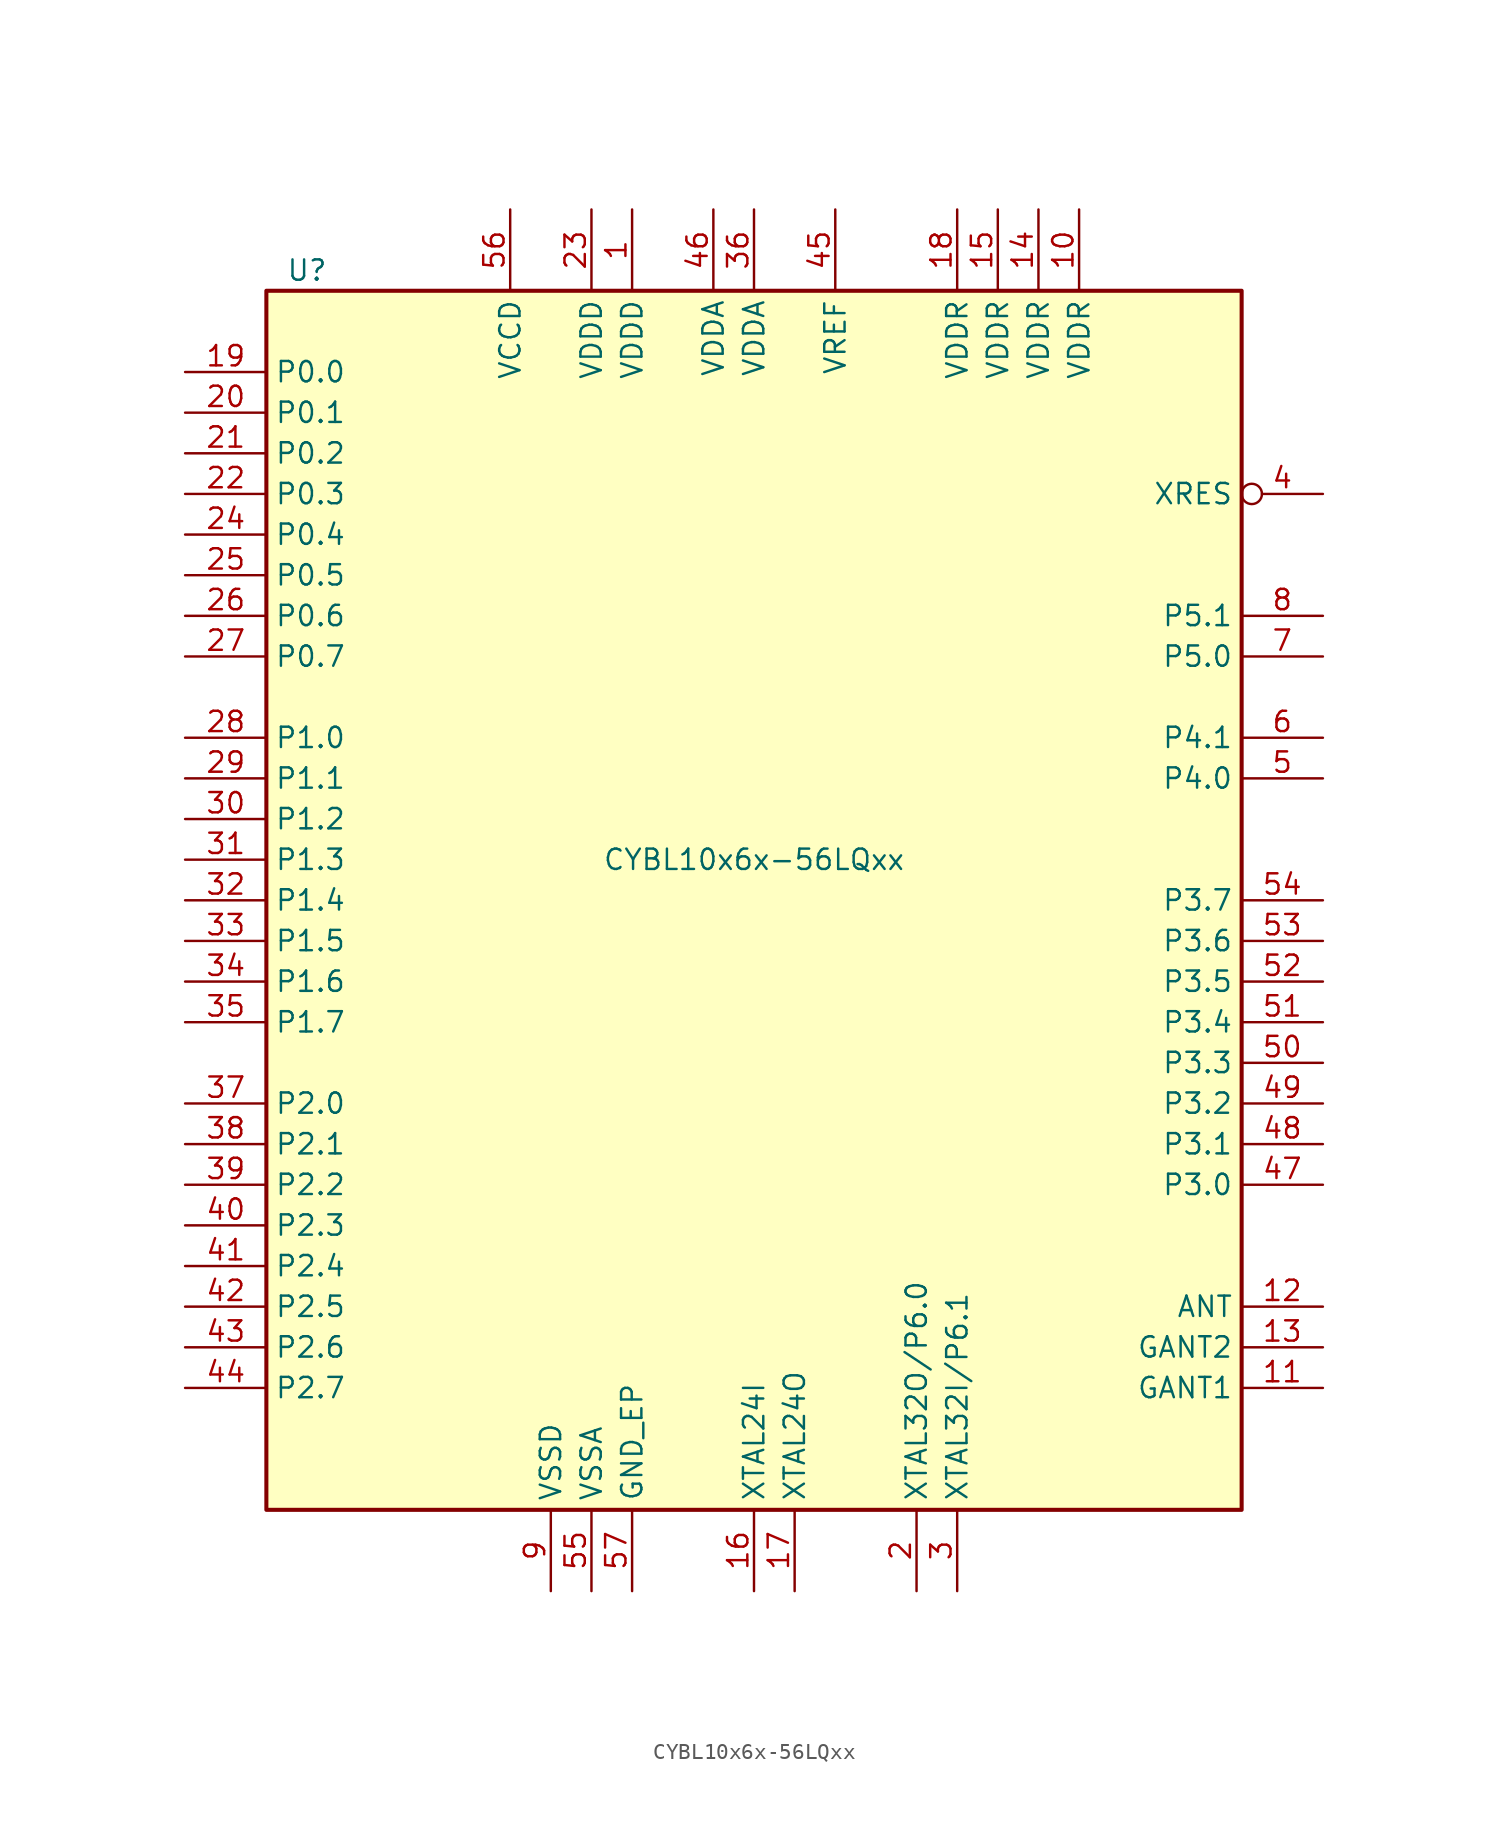
<source format=kicad_sym>
(kicad_symbol_lib
  (version 20241209)
  (generator "kicad_symbol_editor")
  (generator_version "9.0")
  (symbol "CYBL10x6x-56LQxx"
    (property "Reference" "U"
      (at -27.94 39.37 0)
      (effects (font (size 1.27 1.27))))
    (property "Value" "CYBL10x6x-56LQxx"
      (at 0 2.54 0)
      (effects (font (size 1.27 1.27))))
    (symbol "CYBL10x6x-56LQxx_1_0"
      (rectangle (start -30.48 -38.1) (end 30.48 38.1) (stroke (width 0.254) (type default)) (fill (type background))))
    (symbol "CYBL10x6x-56LQxx_1_1"
      (pin bidirectional line (at -35.56 33.02 0) (length 5.08) (name "P0.0" (effects (font (size 1.27 1.27)))) (number "19" (effects (font (size 1.27 1.27)))))
      (pin bidirectional line (at -35.56 30.48 0) (length 5.08) (name "P0.1" (effects (font (size 1.27 1.27)))) (number "20" (effects (font (size 1.27 1.27)))))
      (pin bidirectional line (at -35.56 27.94 0) (length 5.08) (name "P0.2" (effects (font (size 1.27 1.27)))) (number "21" (effects (font (size 1.27 1.27)))))
      (pin bidirectional line (at -35.56 25.4 0) (length 5.08) (name "P0.3" (effects (font (size 1.27 1.27)))) (number "22" (effects (font (size 1.27 1.27)))))
      (pin bidirectional line (at -35.56 22.86 0) (length 5.08) (name "P0.4" (effects (font (size 1.27 1.27)))) (number "24" (effects (font (size 1.27 1.27)))))
      (pin bidirectional line (at -35.56 20.32 0) (length 5.08) (name "P0.5" (effects (font (size 1.27 1.27)))) (number "25" (effects (font (size 1.27 1.27)))))
      (pin bidirectional line (at -35.56 17.78 0) (length 5.08) (name "P0.6" (effects (font (size 1.27 1.27)))) (number "26" (effects (font (size 1.27 1.27)))))
      (pin bidirectional line (at -35.56 15.24 0) (length 5.08) (name "P0.7" (effects (font (size 1.27 1.27)))) (number "27" (effects (font (size 1.27 1.27)))))
      (pin bidirectional line (at -35.56 10.16 0) (length 5.08) (name "P1.0" (effects (font (size 1.27 1.27)))) (number "28" (effects (font (size 1.27 1.27)))))
      (pin bidirectional line (at -35.56 7.62 0) (length 5.08) (name "P1.1" (effects (font (size 1.27 1.27)))) (number "29" (effects (font (size 1.27 1.27)))))
      (pin bidirectional line (at -35.56 5.08 0) (length 5.08) (name "P1.2" (effects (font (size 1.27 1.27)))) (number "30" (effects (font (size 1.27 1.27)))))
      (pin bidirectional line (at -35.56 2.54 0) (length 5.08) (name "P1.3" (effects (font (size 1.27 1.27)))) (number "31" (effects (font (size 1.27 1.27)))))
      (pin bidirectional line (at -35.56 0 0) (length 5.08) (name "P1.4" (effects (font (size 1.27 1.27)))) (number "32" (effects (font (size 1.27 1.27)))))
      (pin bidirectional line (at -35.56 -2.54 0) (length 5.08) (name "P1.5" (effects (font (size 1.27 1.27)))) (number "33" (effects (font (size 1.27 1.27)))))
      (pin bidirectional line (at -35.56 -5.08 0) (length 5.08) (name "P1.6" (effects (font (size 1.27 1.27)))) (number "34" (effects (font (size 1.27 1.27)))))
      (pin bidirectional line (at -35.56 -7.62 0) (length 5.08) (name "P1.7" (effects (font (size 1.27 1.27)))) (number "35" (effects (font (size 1.27 1.27)))))
      (pin bidirectional line (at -35.56 -12.7 0) (length 5.08) (name "P2.0" (effects (font (size 1.27 1.27)))) (number "37" (effects (font (size 1.27 1.27)))))
      (pin bidirectional line (at -35.56 -15.24 0) (length 5.08) (name "P2.1" (effects (font (size 1.27 1.27)))) (number "38" (effects (font (size 1.27 1.27)))))
      (pin bidirectional line (at -35.56 -17.78 0) (length 5.08) (name "P2.2" (effects (font (size 1.27 1.27)))) (number "39" (effects (font (size 1.27 1.27)))))
      (pin bidirectional line (at -35.56 -20.32 0) (length 5.08) (name "P2.3" (effects (font (size 1.27 1.27)))) (number "40" (effects (font (size 1.27 1.27)))))
      (pin bidirectional line (at -35.56 -22.86 0) (length 5.08) (name "P2.4" (effects (font (size 1.27 1.27)))) (number "41" (effects (font (size 1.27 1.27)))))
      (pin bidirectional line (at -35.56 -25.4 0) (length 5.08) (name "P2.5" (effects (font (size 1.27 1.27)))) (number "42" (effects (font (size 1.27 1.27)))))
      (pin bidirectional line (at -35.56 -27.94 0) (length 5.08) (name "P2.6" (effects (font (size 1.27 1.27)))) (number "43" (effects (font (size 1.27 1.27)))))
      (pin bidirectional line (at -35.56 -30.48 0) (length 5.08) (name "P2.7" (effects (font (size 1.27 1.27)))) (number "44" (effects (font (size 1.27 1.27)))))
      (pin power_out line (at -15.24 43.18 270) (length 5.08) (name "VCCD" (effects (font (size 1.27 1.27)))) (number "56" (effects (font (size 1.27 1.27)))))
      (pin power_in line (at -12.7 -43.18 90) (length 5.08) (name "VSSD" (effects (font (size 1.27 1.27)))) (number "9" (effects (font (size 1.27 1.27)))))
      (pin power_in line (at -10.16 43.18 270) (length 5.08) (name "VDDD" (effects (font (size 1.27 1.27)))) (number "23" (effects (font (size 1.27 1.27)))))
      (pin power_in line (at -10.16 -43.18 90) (length 5.08) (name "VSSA" (effects (font (size 1.27 1.27)))) (number "55" (effects (font (size 1.27 1.27)))))
      (pin power_in line (at -7.62 43.18 270) (length 5.08) (name "VDDD" (effects (font (size 1.27 1.27)))) (number "1" (effects (font (size 1.27 1.27)))))
      (pin power_in line (at -7.62 -43.18 90) (length 5.08) (name "GND_EP" (effects (font (size 1.27 1.27)))) (number "57" (effects (font (size 1.27 1.27)))))
      (pin power_in line (at -2.54 43.18 270) (length 5.08) (name "VDDA" (effects (font (size 1.27 1.27)))) (number "46" (effects (font (size 1.27 1.27)))))
      (pin power_in line (at 0 43.18 270) (length 5.08) (name "VDDA" (effects (font (size 1.27 1.27)))) (number "36" (effects (font (size 1.27 1.27)))))
      (pin input line (at 0 -43.18 90) (length 5.08) (name "XTAL24I" (effects (font (size 1.27 1.27)))) (number "16" (effects (font (size 1.27 1.27)))))
      (pin output line (at 2.54 -43.18 90) (length 5.08) (name "XTAL24O" (effects (font (size 1.27 1.27)))) (number "17" (effects (font (size 1.27 1.27)))))
      (pin passive line (at 5.08 43.18 270) (length 5.08) (name "VREF" (effects (font (size 1.27 1.27)))) (number "45" (effects (font (size 1.27 1.27)))))
      (pin bidirectional line (at 10.16 -43.18 90) (length 5.08) (name "XTAL32O/P6.0" (effects (font (size 1.27 1.27)))) (number "2" (effects (font (size 1.27 1.27)))))
      (pin power_in line (at 12.7 43.18 270) (length 5.08) (name "VDDR" (effects (font (size 1.27 1.27)))) (number "18" (effects (font (size 1.27 1.27)))))
      (pin bidirectional line (at 12.7 -43.18 90) (length 5.08) (name "XTAL32I/P6.1" (effects (font (size 1.27 1.27)))) (number "3" (effects (font (size 1.27 1.27)))))
      (pin power_in line (at 15.24 43.18 270) (length 5.08) (name "VDDR" (effects (font (size 1.27 1.27)))) (number "15" (effects (font (size 1.27 1.27)))))
      (pin power_in line (at 17.78 43.18 270) (length 5.08) (name "VDDR" (effects (font (size 1.27 1.27)))) (number "14" (effects (font (size 1.27 1.27)))))
      (pin power_in line (at 20.32 43.18 270) (length 5.08) (name "VDDR" (effects (font (size 1.27 1.27)))) (number "10" (effects (font (size 1.27 1.27)))))
      (pin input inverted (at 35.56 25.4 180) (length 5.08) (name "XRES" (effects (font (size 1.27 1.27)))) (number "4" (effects (font (size 1.27 1.27)))))
      (pin bidirectional line (at 35.56 17.78 180) (length 5.08) (name "P5.1" (effects (font (size 1.27 1.27)))) (number "8" (effects (font (size 1.27 1.27)))))
      (pin bidirectional line (at 35.56 15.24 180) (length 5.08) (name "P5.0" (effects (font (size 1.27 1.27)))) (number "7" (effects (font (size 1.27 1.27)))))
      (pin bidirectional line (at 35.56 10.16 180) (length 5.08) (name "P4.1" (effects (font (size 1.27 1.27)))) (number "6" (effects (font (size 1.27 1.27)))))
      (pin bidirectional line (at 35.56 7.62 180) (length 5.08) (name "P4.0" (effects (font (size 1.27 1.27)))) (number "5" (effects (font (size 1.27 1.27)))))
      (pin bidirectional line (at 35.56 0 180) (length 5.08) (name "P3.7" (effects (font (size 1.27 1.27)))) (number "54" (effects (font (size 1.27 1.27)))))
      (pin bidirectional line (at 35.56 -2.54 180) (length 5.08) (name "P3.6" (effects (font (size 1.27 1.27)))) (number "53" (effects (font (size 1.27 1.27)))))
      (pin bidirectional line (at 35.56 -5.08 180) (length 5.08) (name "P3.5" (effects (font (size 1.27 1.27)))) (number "52" (effects (font (size 1.27 1.27)))))
      (pin bidirectional line (at 35.56 -7.62 180) (length 5.08) (name "P3.4" (effects (font (size 1.27 1.27)))) (number "51" (effects (font (size 1.27 1.27)))))
      (pin bidirectional line (at 35.56 -10.16 180) (length 5.08) (name "P3.3" (effects (font (size 1.27 1.27)))) (number "50" (effects (font (size 1.27 1.27)))))
      (pin bidirectional line (at 35.56 -12.7 180) (length 5.08) (name "P3.2" (effects (font (size 1.27 1.27)))) (number "49" (effects (font (size 1.27 1.27)))))
      (pin bidirectional line (at 35.56 -15.24 180) (length 5.08) (name "P3.1" (effects (font (size 1.27 1.27)))) (number "48" (effects (font (size 1.27 1.27)))))
      (pin bidirectional line (at 35.56 -17.78 180) (length 5.08) (name "P3.0" (effects (font (size 1.27 1.27)))) (number "47" (effects (font (size 1.27 1.27)))))
      (pin output line (at 35.56 -25.4 180) (length 5.08) (name "ANT" (effects (font (size 1.27 1.27)))) (number "12" (effects (font (size 1.27 1.27)))))
      (pin power_in line (at 35.56 -27.94 180) (length 5.08) (name "GANT2" (effects (font (size 1.27 1.27)))) (number "13" (effects (font (size 1.27 1.27)))))
      (pin power_in line (at 35.56 -30.48 180) (length 5.08) (name "GANT1" (effects (font (size 1.27 1.27)))) (number "11" (effects (font (size 1.27 1.27))))))))
</source>
